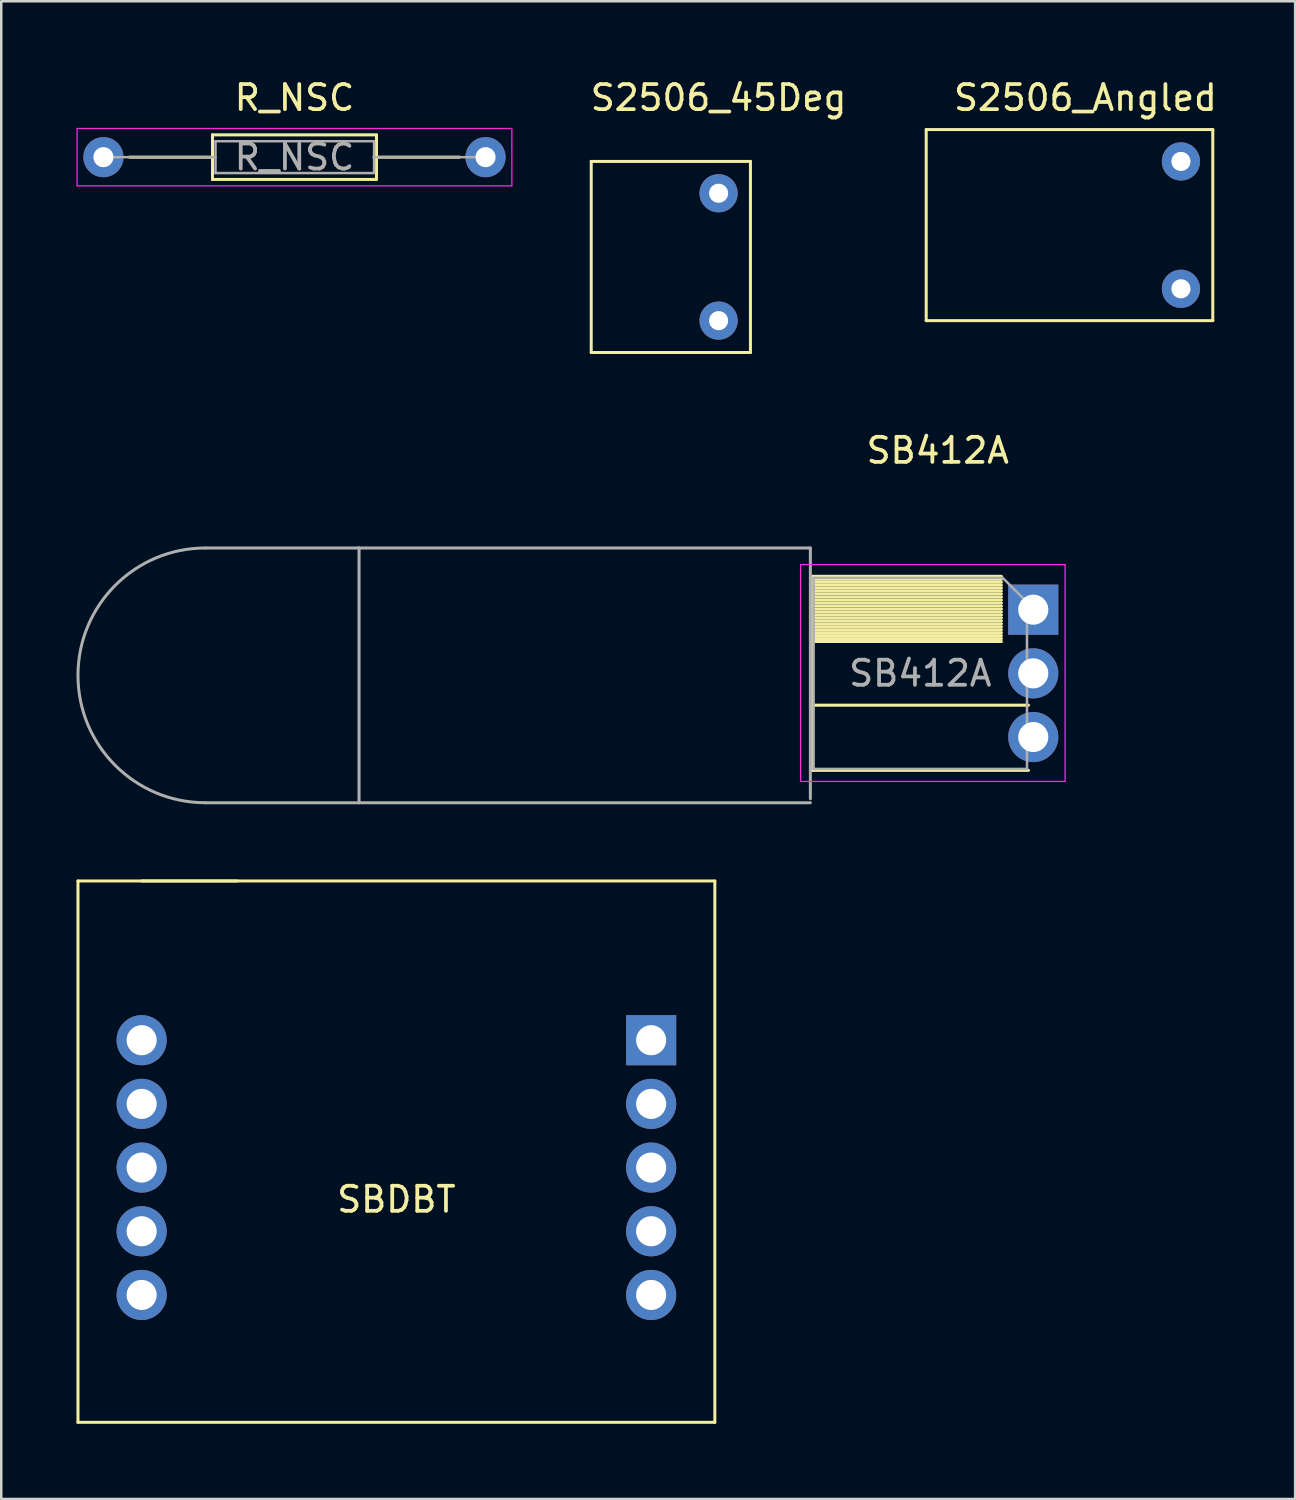
<source format=kicad_pcb>
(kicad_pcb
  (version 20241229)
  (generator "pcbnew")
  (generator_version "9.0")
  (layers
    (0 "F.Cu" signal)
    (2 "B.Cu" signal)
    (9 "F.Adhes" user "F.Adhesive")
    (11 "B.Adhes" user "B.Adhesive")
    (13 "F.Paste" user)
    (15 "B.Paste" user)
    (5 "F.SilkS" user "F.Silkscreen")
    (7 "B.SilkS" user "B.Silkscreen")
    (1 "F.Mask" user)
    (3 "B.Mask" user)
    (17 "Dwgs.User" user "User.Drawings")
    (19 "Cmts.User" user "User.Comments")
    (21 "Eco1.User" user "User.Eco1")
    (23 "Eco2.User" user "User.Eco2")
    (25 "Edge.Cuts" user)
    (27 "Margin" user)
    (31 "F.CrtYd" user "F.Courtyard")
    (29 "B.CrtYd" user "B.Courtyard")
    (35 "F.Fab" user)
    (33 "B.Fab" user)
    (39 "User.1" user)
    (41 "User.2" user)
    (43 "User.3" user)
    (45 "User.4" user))
  (footprint "SB412A"
    (layer "F.Cu")
    (at 38.16 23.806)
    (property "Reference" "SB412A" (at -3.81 -8.89 0) (layer "F.SilkS") (effects (font (size 1 1) (thickness 0.15))))
    (attr through_hole)
    (fp_line (start -8.82 -3.87) (end -8.82 3.87) (stroke (width 0.12) (type solid)) (layer "F.SilkS"))
    (fp_line (start -8.82 -3.87) (end -1.27 -3.87) (stroke (width 0.12) (type solid)) (layer "F.SilkS"))
    (fp_line (start -8.82 -3.75) (end -1.27 -3.75) (stroke (width 0.12) (type solid)) (layer "F.SilkS"))
    (fp_line (start -8.82 -3.632) (end -1.27 -3.632) (stroke (width 0.12) (type solid)) (layer "F.SilkS"))
    (fp_line (start -8.82 -3.514) (end -1.27 -3.514) (stroke (width 0.12) (type solid)) (layer "F.SilkS"))
    (fp_line (start -8.82 -3.396) (end -1.27 -3.396) (stroke (width 0.12) (type solid)) (layer "F.SilkS"))
    (fp_line (start -8.82 -3.278) (end -1.27 -3.278) (stroke (width 0.12) (type solid)) (layer "F.SilkS"))
    (fp_line (start -8.82 -3.16) (end -1.27 -3.16) (stroke (width 0.12) (type solid)) (layer "F.SilkS"))
    (fp_line (start -8.82 -3.041) (end -1.27 -3.041) (stroke (width 0.12) (type solid)) (layer "F.SilkS"))
    (fp_line (start -8.82 -2.923) (end -1.27 -2.923) (stroke (width 0.12) (type solid)) (layer "F.SilkS"))
    (fp_line (start -8.82 -2.805) (end -1.27 -2.805) (stroke (width 0.12) (type solid)) (layer "F.SilkS"))
    (fp_line (start -8.82 -2.687) (end -1.27 -2.687) (stroke (width 0.12) (type solid)) (layer "F.SilkS"))
    (fp_line (start -8.82 -2.569) (end -1.27 -2.569) (stroke (width 0.12) (type solid)) (layer "F.SilkS"))
    (fp_line (start -8.82 -2.451) (end -1.27 -2.451) (stroke (width 0.12) (type solid)) (layer "F.SilkS"))
    (fp_line (start -8.82 -2.333) (end -1.27 -2.333) (stroke (width 0.12) (type solid)) (layer "F.SilkS"))
    (fp_line (start -8.82 -2.215) (end -1.27 -2.215) (stroke (width 0.12) (type solid)) (layer "F.SilkS"))
    (fp_line (start -8.82 -2.097) (end -1.27 -2.097) (stroke (width 0.12) (type solid)) (layer "F.SilkS"))
    (fp_line (start -8.82 -1.979) (end -1.27 -1.979) (stroke (width 0.12) (type solid)) (layer "F.SilkS"))
    (fp_line (start -8.82 -1.86) (end -1.27 -1.86) (stroke (width 0.12) (type solid)) (layer "F.SilkS"))
    (fp_line (start -8.82 -1.742) (end -1.27 -1.742) (stroke (width 0.12) (type solid)) (layer "F.SilkS"))
    (fp_line (start -8.82 -1.624) (end -1.27 -1.624) (stroke (width 0.12) (type solid)) (layer "F.SilkS"))
    (fp_line (start -8.82 -1.506) (end -1.27 -1.506) (stroke (width 0.12) (type solid)) (layer "F.SilkS"))
    (fp_line (start -8.82 -1.388) (end -1.27 -1.388) (stroke (width 0.12) (type solid)) (layer "F.SilkS"))
    (fp_line (start -8.82 -1.27) (end -1.27 -1.27) (stroke (width 0.12) (type solid)) (layer "F.SilkS"))
    (fp_line (start -8.82 1.27) (end -0.19 1.27) (stroke (width 0.12) (type solid)) (layer "F.SilkS"))
    (fp_line (start -8.82 3.87) (end -0.19 3.87) (stroke (width 0.12) (type solid)) (layer "F.SilkS"))
    (fp_line (start -9.28 -4.34) (end -9.28 4.31) (stroke (width 0.05) (type solid)) (layer "F.CrtYd"))
    (fp_line (start -9.28 4.31) (end 1.27 4.31) (stroke (width 0.05) (type solid)) (layer "F.CrtYd"))
    (fp_line (start 1.27 -4.34) (end -9.28 -4.34) (stroke (width 0.05) (type solid)) (layer "F.CrtYd"))
    (fp_line (start 1.27 4.31) (end 1.27 -4.34) (stroke (width 0.05) (type solid)) (layer "F.CrtYd"))
    (fp_line (start -26.89 -5) (end -33.02 -5) (stroke (width 0.12) (type solid)) (layer "F.Fab"))
    (fp_line (start -26.89 -5) (end -26.89 5.16) (stroke (width 0.12) (type solid)) (layer "F.Fab"))
    (fp_line (start -26.89 5.16) (end -33.02 5.16) (stroke (width 0.12) (type solid)) (layer "F.Fab"))
    (fp_line (start -8.89 -5) (end -26.89 -5) (stroke (width 0.12) (type solid)) (layer "F.Fab"))
    (fp_line (start -8.89 5) (end -8.89 -5) (stroke (width 0.12) (type solid)) (layer "F.Fab"))
    (fp_line (start -8.89 5.16) (end -26.89 5.16) (stroke (width 0.12) (type solid)) (layer "F.Fab"))
    (fp_line (start -8.76 -3.81) (end -1.22 -3.81) (stroke (width 0.1) (type solid)) (layer "F.Fab"))
    (fp_line (start -8.76 3.81) (end -8.76 -3.81) (stroke (width 0.1) (type solid)) (layer "F.Fab"))
    (fp_line (start -1.22 -3.81) (end -0.25 -2.84) (stroke (width 0.1) (type solid)) (layer "F.Fab"))
    (fp_line (start -0.25 -2.84) (end -0.25 3.81) (stroke (width 0.1) (type solid)) (layer "F.Fab"))
    (fp_line (start -0.25 3.81) (end -8.76 3.81) (stroke (width 0.1) (type solid)) (layer "F.Fab"))
    (fp_arc (start -33.02 5.16) (mid -38.1 0.08) (end -33.02 -5) (stroke (width 0.12) (type solid)) (layer "F.Fab"))
    (fp_text user "${REFERENCE}" (at -4.505 0 0) (layer "F.Fab") (effects (font (size 1 1) (thickness 0.15))))
    (pad "1" thru_hole rect (at 0 -2.54) (size 2 2) (drill 1.2) (layers "*.Cu" "*.Mask"))
    (pad "2" thru_hole circle (at 0 0) (size 2 2) (drill 1.2) (layers "*.Cu" "*.Mask"))
    (pad "3" thru_hole circle (at 0 2.54) (size 2 2) (drill 1.2) (layers "*.Cu" "*.Mask")))
  (footprint "S2506_Angled"
    (layer "F.Cu")
    (at 44.05 3.388)
    (property "Reference" "S2506_Angled" (at -3.81 -2.54 0) (layer "F.SilkS") (effects (font (size 1 1) (thickness 0.15))))
    (attr through_hole)
    (fp_line (start -10.16 -1.27) (end -10.16 6.35) (stroke (width 0.12) (type solid)) (layer "F.SilkS"))
    (fp_line (start -10.16 6.35) (end 1.27 6.35) (stroke (width 0.12) (type solid)) (layer "F.SilkS"))
    (fp_line (start 1.27 -1.27) (end -10.16 -1.27) (stroke (width 0.12) (type solid)) (layer "F.SilkS"))
    (fp_line (start 1.27 -1.27) (end 1.27 6.35) (stroke (width 0.12) (type solid)) (layer "F.SilkS"))
    (pad "1" thru_hole circle (at 0 0) (size 1.524 1.524) (drill 0.762) (layers "*.Cu" "*.Mask"))
    (pad "2" thru_hole circle (at 0 5.08) (size 1.524 1.524) (drill 0.762) (layers "*.Cu" "*.Mask")))
  (footprint "SBDBT"
    (layer "F.Cu")
    (at 22.92 38.437)
    (property "Reference" "SBDBT" (at -10.16 6.35 0) (layer "F.SilkS") (effects (font (size 1 1) (thickness 0.15))))
    (attr through_hole)
    (fp_line (start -22.86 -6.35) (end -22.86 15.24) (stroke (width 0.12) (type solid)) (layer "F.SilkS"))
    (fp_line (start -22.86 -6.35) (end -16.51 -6.35) (stroke (width 0.12) (type solid)) (layer "F.SilkS"))
    (fp_line (start -20.32 -6.35) (end 2.54 -6.35) (stroke (width 0.12) (type solid)) (layer "F.SilkS"))
    (fp_line (start 2.54 15.24) (end -22.86 15.24) (stroke (width 0.12) (type solid)) (layer "F.SilkS"))
    (fp_line (start 2.54 15.24) (end 2.54 -6.35) (stroke (width 0.12) (type solid)) (layer "F.SilkS"))
    (pad "1" thru_hole rect (at 0 0) (size 2 2) (drill 1.2) (layers "*.Cu" "*.Mask"))
    (pad "2" thru_hole circle (at 0 2.54) (size 2 2) (drill 1.2) (layers "*.Cu" "*.Mask"))
    (pad "3" thru_hole circle (at 0 5.08) (size 2 2) (drill 1.2) (layers "*.Cu" "*.Mask"))
    (pad "4" thru_hole circle (at 0 7.62) (size 2 2) (drill 1.2) (layers "*.Cu" "*.Mask"))
    (pad "5" thru_hole circle (at 0 10.16) (size 2 2) (drill 1.2) (layers "*.Cu" "*.Mask"))
    (pad "6" thru_hole circle (at -20.32 0) (size 2 2) (drill 1.2) (layers "*.Cu" "*.Mask"))
    (pad "7" thru_hole circle (at -20.32 2.54) (size 2 2) (drill 1.2) (layers "*.Cu" "*.Mask"))
    (pad "8" thru_hole circle (at -20.32 5.08) (size 2 2) (drill 1.2) (layers "*.Cu" "*.Mask"))
    (pad "9" thru_hole circle (at -20.32 7.62) (size 2 2) (drill 1.2) (layers "*.Cu" "*.Mask"))
    (pad "10" thru_hole circle (at -20.32 10.16) (size 2 2) (drill 1.2) (layers "*.Cu" "*.Mask")))
  (footprint "S2506_45Deg"
    (layer "F.Cu")
    (at 25.61 4.658)
    (property "Reference" "S2506_45Deg" (at 0 -3.81 0) (layer "F.SilkS") (effects (font (size 1 1) (thickness 0.15))))
    (attr through_hole)
    (fp_line (start -5.08 -1.27) (end -5.08 6.35) (stroke (width 0.12) (type solid)) (layer "F.SilkS"))
    (fp_line (start -5.08 6.35) (end 1.27 6.35) (stroke (width 0.12) (type solid)) (layer "F.SilkS"))
    (fp_line (start 1.27 -1.27) (end -5.08 -1.27) (stroke (width 0.12) (type solid)) (layer "F.SilkS"))
    (fp_line (start 1.27 6.35) (end 1.27 -1.27) (stroke (width 0.12) (type solid)) (layer "F.SilkS"))
    (pad "1" thru_hole circle (at 0 0) (size 1.524 1.524) (drill 0.762) (layers "*.Cu" "*.Mask"))
    (pad "2" thru_hole circle (at 0 5.08) (size 1.524 1.524) (drill 0.762) (layers "*.Cu" "*.Mask")))
  (footprint "R_NSC"
    (layer "F.Cu")
    (at 1.075 3.218)
    (property "Reference" "R_NSC" (at 7.62 -2.37 0) (layer "F.SilkS") (effects (font (size 1 1) (thickness 0.15))))
    (attr through_hole)
    (fp_line (start 1.04 0) (end 4.35 0) (stroke (width 0.12) (type solid)) (layer "F.SilkS"))
    (fp_line (start 4.35 -0.889) (end 4.35 0.889) (stroke (width 0.12) (type solid)) (layer "F.SilkS"))
    (fp_line (start 4.35 0.889) (end 10.89 0.889) (stroke (width 0.12) (type solid)) (layer "F.SilkS"))
    (fp_line (start 10.89 -0.889) (end 4.35 -0.889) (stroke (width 0.12) (type solid)) (layer "F.SilkS"))
    (fp_line (start 10.89 0.889) (end 10.89 -0.889) (stroke (width 0.12) (type solid)) (layer "F.SilkS"))
    (fp_line (start 14.2 0) (end 10.89 0) (stroke (width 0.12) (type solid)) (layer "F.SilkS"))
    (fp_line (start -1.05 -1.143) (end -1.05 1.143) (stroke (width 0.05) (type solid)) (layer "F.CrtYd"))
    (fp_line (start -1.05 1.143) (end 16.29 1.143) (stroke (width 0.05) (type solid)) (layer "F.CrtYd"))
    (fp_line (start 16.256 -1.143) (end -1.05 -1.143) (stroke (width 0.05) (type solid)) (layer "F.CrtYd"))
    (fp_line (start 16.29 1.143) (end 16.29 -1.143) (stroke (width 0.05) (type solid)) (layer "F.CrtYd"))
    (fp_line (start 0 0) (end 4.47 0) (stroke (width 0.1) (type solid)) (layer "F.Fab"))
    (fp_line (start 4.47 -0.635) (end 4.47 0.635) (stroke (width 0.1) (type solid)) (layer "F.Fab"))
    (fp_line (start 4.47 0.635) (end 10.745 0.635) (stroke (width 0.1) (type solid)) (layer "F.Fab"))
    (fp_line (start 10.77 -0.635) (end 4.47 -0.635) (stroke (width 0.1) (type solid)) (layer "F.Fab"))
    (fp_line (start 10.795 0.635) (end 10.795 -0.635) (stroke (width 0.1) (type solid)) (layer "F.Fab"))
    (fp_line (start 15.24 0) (end 10.77 0) (stroke (width 0.1) (type solid)) (layer "F.Fab"))
    (fp_text user "${REFERENCE}" (at 7.62 0 0) (layer "F.Fab") (effects (font (size 1 1) (thickness 0.15))))
    (pad "1" thru_hole circle (at 0 0) (size 1.6 1.6) (drill 0.8) (layers "*.Cu" "*.Mask"))
    (pad "2" thru_hole oval (at 15.24 0) (size 1.6 1.6) (drill 0.8) (layers "*.Cu" "*.Mask")))
  (gr_rect
    (start -3 -3)
    (end 48.604 56.736)
    (stroke (width 0.1) (type default))
    (fill no)
    (layer "Edge.Cuts")))
</source>
